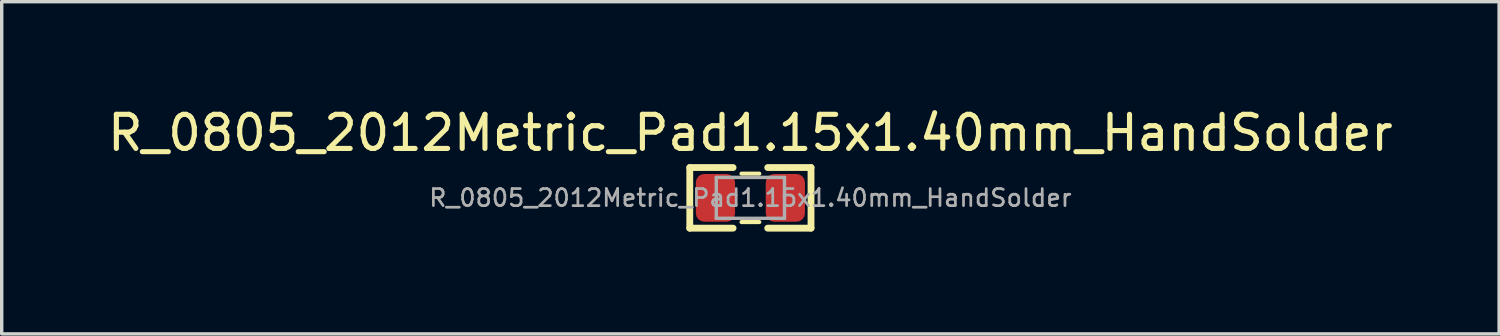
<source format=kicad_pcb>
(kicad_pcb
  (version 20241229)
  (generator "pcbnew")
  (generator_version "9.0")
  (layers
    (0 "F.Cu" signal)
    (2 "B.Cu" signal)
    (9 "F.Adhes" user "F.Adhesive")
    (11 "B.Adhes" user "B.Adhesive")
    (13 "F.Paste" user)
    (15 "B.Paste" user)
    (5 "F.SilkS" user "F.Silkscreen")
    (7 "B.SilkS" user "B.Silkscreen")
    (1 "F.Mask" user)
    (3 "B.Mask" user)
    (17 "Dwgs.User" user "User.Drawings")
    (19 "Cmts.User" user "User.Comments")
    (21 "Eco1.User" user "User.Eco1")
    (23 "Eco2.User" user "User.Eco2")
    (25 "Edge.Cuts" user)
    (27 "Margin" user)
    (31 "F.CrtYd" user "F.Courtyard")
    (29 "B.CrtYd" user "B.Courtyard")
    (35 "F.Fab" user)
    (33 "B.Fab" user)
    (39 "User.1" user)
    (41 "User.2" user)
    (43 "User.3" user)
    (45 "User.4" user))
  (footprint "R_0805_2012Metric_Pad1.15x1.40mm_HandSolder"
    (layer "F.Cu")
    (at 18.958 2.753)
    (property "Reference" "R_0805_2012Metric_Pad1.15x1.40mm_HandSolder" (at 0 -1.905 0) (layer "F.SilkS") (effects (font (size 1 1) (thickness 0.15))))
    (attr smd)
    (fp_line (start -1.778 -0.889) (end -0.508 -0.889) (stroke (width 0.2) (type solid)) (layer "F.SilkS"))
    (fp_line (start -1.778 0.889) (end -1.778 -0.889) (stroke (width 0.2) (type solid)) (layer "F.SilkS"))
    (fp_line (start -0.508 0.889) (end -1.778 0.889) (stroke (width 0.2) (type solid)) (layer "F.SilkS"))
    (fp_line (start -0.261 -0.71) (end 0.261 -0.71) (stroke (width 0.12) (type solid)) (layer "F.SilkS"))
    (fp_line (start -0.261 0.71) (end 0.261 0.71) (stroke (width 0.12) (type solid)) (layer "F.SilkS"))
    (fp_line (start 0.508 -0.889) (end 1.778 -0.889) (stroke (width 0.2) (type solid)) (layer "F.SilkS"))
    (fp_line (start 1.778 -0.889) (end 1.778 0.889) (stroke (width 0.2) (type solid)) (layer "F.SilkS"))
    (fp_line (start 1.778 0.889) (end 0.508 0.889) (stroke (width 0.2) (type solid)) (layer "F.SilkS"))
    (fp_line (start -1 -0.6) (end 1 -0.6) (stroke (width 0.1) (type solid)) (layer "F.Fab"))
    (fp_line (start -1 0.6) (end -1 -0.6) (stroke (width 0.1) (type solid)) (layer "F.Fab"))
    (fp_line (start 1 -0.6) (end 1 0.6) (stroke (width 0.1) (type solid)) (layer "F.Fab"))
    (fp_line (start 1 0.6) (end -1 0.6) (stroke (width 0.1) (type solid)) (layer "F.Fab"))
    (fp_text user "${REFERENCE}" (at 0 0 0) (layer "F.Fab") (effects (font (size 0.5 0.5) (thickness 0.08))))
    (pad "1" smd roundrect (at -1.025 0) (size 1.15 1.4) (layers "F.Cu" "F.Mask" "F.Paste") (roundrect_rratio 0.217))
    (pad "2" smd roundrect (at 1.025 0) (size 1.15 1.4) (layers "F.Cu" "F.Mask" "F.Paste") (roundrect_rratio 0.217)))
  (gr_rect
    (start -3 -3)
    (end 40.917 6.742)
    (stroke (width 0.1) (type default))
    (fill no)
    (layer "Edge.Cuts")))
</source>
